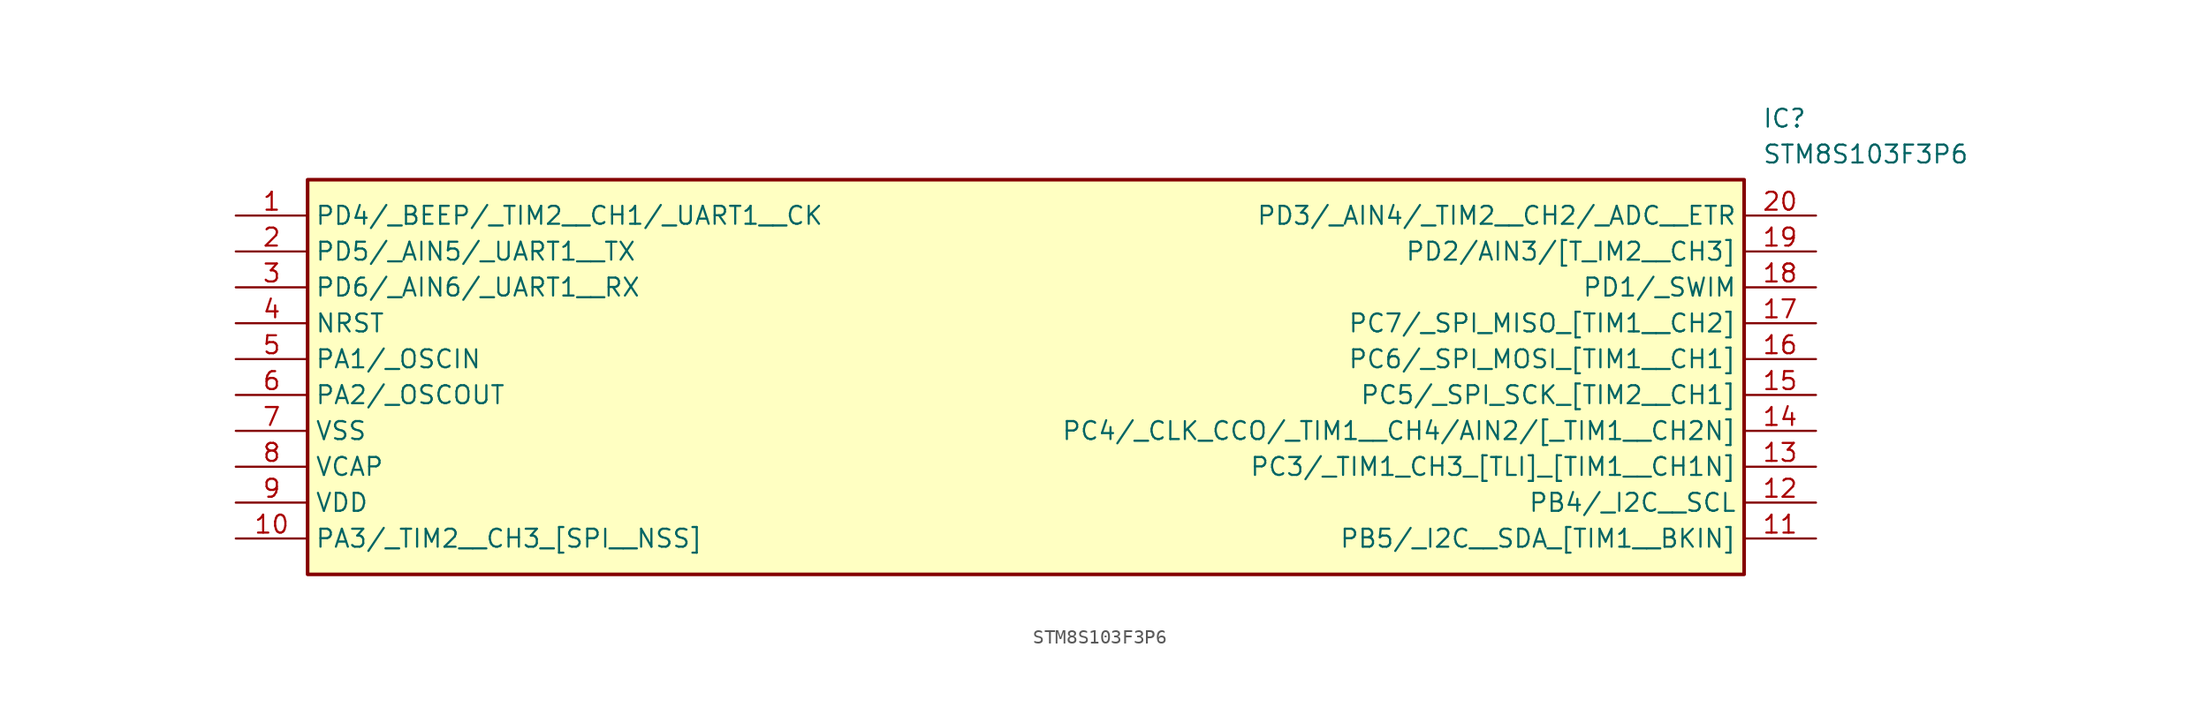
<source format=kicad_sym>
(kicad_symbol_lib
  (version 20211014)
  (generator SamacSys_ECAD_Model)
  (symbol "STM8S103F3P6"
    (property "Reference" "IC"
      (at 107.95 7.62 0)
      (effects (font (size 1.27 1.27)) (justify left top)))
    (property "Value" "STM8S103F3P6"
      (at 107.95 5.08 0)
      (effects (font (size 1.27 1.27)) (justify left top)))
    (rectangle
      (start 5.08 2.54)
      (end 106.68 -25.4)
      (stroke (width 0.254) (type default))
      (fill (type background)))
    (pin passive line
      (at 0 0 0)
      (length 5.08)
      (name "PD4/_BEEP/_TIM2__CH1/_UART1__CK" (effects (font (size 1.27 1.27))))
      (number "1" (effects (font (size 1.27 1.27)))))
    (pin passive line
      (at 0 -2.54 0)
      (length 5.08)
      (name "PD5/_AIN5/_UART1__TX" (effects (font (size 1.27 1.27))))
      (number "2" (effects (font (size 1.27 1.27)))))
    (pin passive line
      (at 0 -5.08 0)
      (length 5.08)
      (name "PD6/_AIN6/_UART1__RX" (effects (font (size 1.27 1.27))))
      (number "3" (effects (font (size 1.27 1.27)))))
    (pin passive line
      (at 0 -7.62 0)
      (length 5.08)
      (name "NRST" (effects (font (size 1.27 1.27))))
      (number "4" (effects (font (size 1.27 1.27)))))
    (pin passive line
      (at 0 -10.16 0)
      (length 5.08)
      (name "PA1/_OSCIN" (effects (font (size 1.27 1.27))))
      (number "5" (effects (font (size 1.27 1.27)))))
    (pin passive line
      (at 0 -12.7 0)
      (length 5.08)
      (name "PA2/_OSCOUT" (effects (font (size 1.27 1.27))))
      (number "6" (effects (font (size 1.27 1.27)))))
    (pin passive line
      (at 0 -15.24 0)
      (length 5.08)
      (name "VSS" (effects (font (size 1.27 1.27))))
      (number "7" (effects (font (size 1.27 1.27)))))
    (pin passive line
      (at 0 -17.78 0)
      (length 5.08)
      (name "VCAP" (effects (font (size 1.27 1.27))))
      (number "8" (effects (font (size 1.27 1.27)))))
    (pin passive line
      (at 0 -20.32 0)
      (length 5.08)
      (name "VDD" (effects (font (size 1.27 1.27))))
      (number "9" (effects (font (size 1.27 1.27)))))
    (pin passive line
      (at 0 -22.86 0)
      (length 5.08)
      (name "PA3/_TIM2__CH3_[SPI__NSS]" (effects (font (size 1.27 1.27))))
      (number "10" (effects (font (size 1.27 1.27)))))
    (pin passive line
      (at 111.76 0 180)
      (length 5.08)
      (name "PD3/_AIN4/_TIM2__CH2/_ADC__ETR" (effects (font (size 1.27 1.27))))
      (number "20" (effects (font (size 1.27 1.27)))))
    (pin passive line
      (at 111.76 -2.54 180)
      (length 5.08)
      (name "PD2/AIN3/[T_IM2__CH3]" (effects (font (size 1.27 1.27))))
      (number "19" (effects (font (size 1.27 1.27)))))
    (pin passive line
      (at 111.76 -5.08 180)
      (length 5.08)
      (name "PD1/_SWIM" (effects (font (size 1.27 1.27))))
      (number "18" (effects (font (size 1.27 1.27)))))
    (pin passive line
      (at 111.76 -7.62 180)
      (length 5.08)
      (name "PC7/_SPI_MISO_[TIM1__CH2]" (effects (font (size 1.27 1.27))))
      (number "17" (effects (font (size 1.27 1.27)))))
    (pin passive line
      (at 111.76 -10.16 180)
      (length 5.08)
      (name "PC6/_SPI_MOSI_[TIM1__CH1]" (effects (font (size 1.27 1.27))))
      (number "16" (effects (font (size 1.27 1.27)))))
    (pin passive line
      (at 111.76 -12.7 180)
      (length 5.08)
      (name "PC5/_SPI_SCK_[TIM2__CH1]" (effects (font (size 1.27 1.27))))
      (number "15" (effects (font (size 1.27 1.27)))))
    (pin passive line
      (at 111.76 -15.24 180)
      (length 5.08)
      (name "PC4/_CLK_CCO/_TIM1__CH4/AIN2/[_TIM1__CH2N]" (effects (font (size 1.27 1.27))))
      (number "14" (effects (font (size 1.27 1.27)))))
    (pin passive line
      (at 111.76 -17.78 180)
      (length 5.08)
      (name "PC3/_TIM1_CH3_[TLI]_[TIM1__CH1N]" (effects (font (size 1.27 1.27))))
      (number "13" (effects (font (size 1.27 1.27)))))
    (pin passive line
      (at 111.76 -20.32 180)
      (length 5.08)
      (name "PB4/_I2C__SCL" (effects (font (size 1.27 1.27))))
      (number "12" (effects (font (size 1.27 1.27)))))
    (pin passive line
      (at 111.76 -22.86 180)
      (length 5.08)
      (name "PB5/_I2C__SDA_[TIM1__BKIN]" (effects (font (size 1.27 1.27))))
      (number "11" (effects (font (size 1.27 1.27)))))))
</source>
